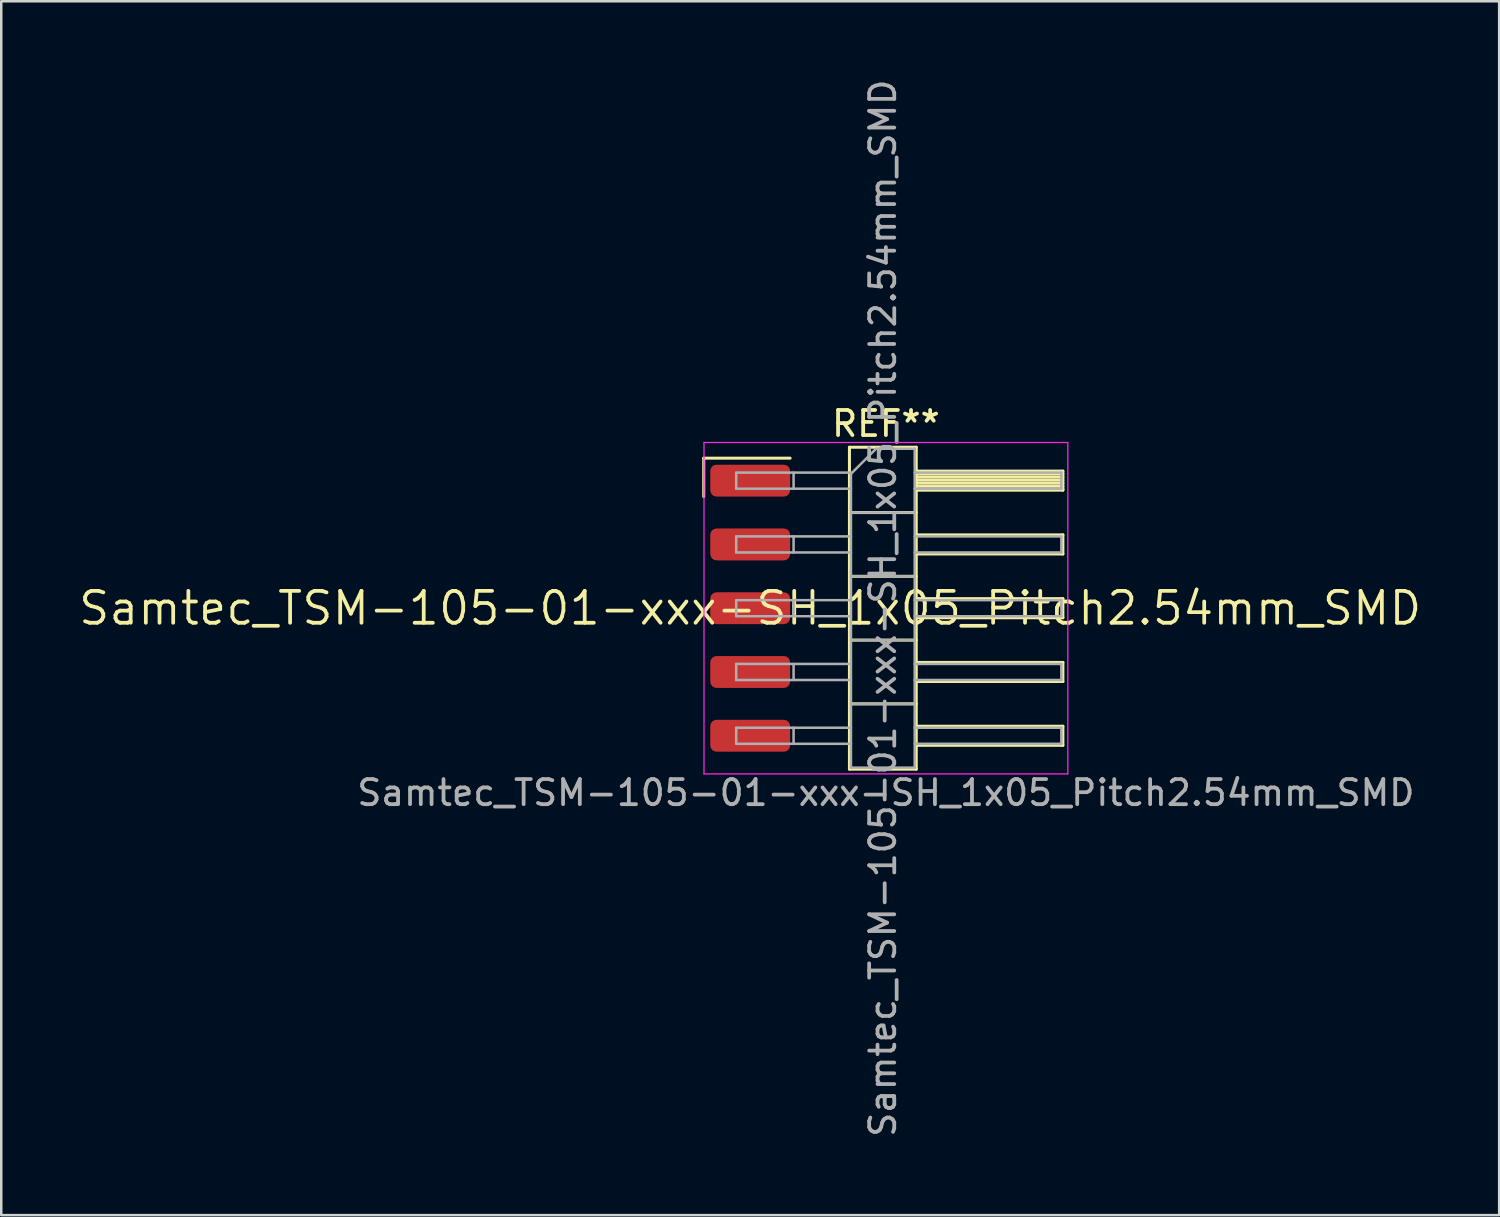
<source format=kicad_pcb>
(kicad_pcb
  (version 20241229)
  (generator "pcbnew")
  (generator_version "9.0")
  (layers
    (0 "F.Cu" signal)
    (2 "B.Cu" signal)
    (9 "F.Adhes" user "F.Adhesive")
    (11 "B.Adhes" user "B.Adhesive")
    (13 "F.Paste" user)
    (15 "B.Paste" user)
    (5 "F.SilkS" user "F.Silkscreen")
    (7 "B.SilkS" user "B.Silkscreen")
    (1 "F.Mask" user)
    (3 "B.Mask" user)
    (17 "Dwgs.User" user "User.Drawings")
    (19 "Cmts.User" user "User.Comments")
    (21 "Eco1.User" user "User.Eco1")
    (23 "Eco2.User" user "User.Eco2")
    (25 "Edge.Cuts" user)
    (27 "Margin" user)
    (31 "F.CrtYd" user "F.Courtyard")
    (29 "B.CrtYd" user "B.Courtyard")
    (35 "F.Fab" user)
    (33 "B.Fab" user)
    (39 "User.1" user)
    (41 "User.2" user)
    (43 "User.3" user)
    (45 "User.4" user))
  (footprint "Samtec_TSM-105-01-xxx-SH_1x05_Pitch2.54mm_SMD"
    (layer "F.Cu")
    (at 26.828 21.173)
    (property "Reference" "Samtec_TSM-105-01-xxx-SH_1x05_Pitch2.54mm_SMD" (at 0 0 0) (layer "F.SilkS") (effects (font (size 1.27 1.27) (thickness 0.15))))
    (attr smd)
    (fp_line (start -1.85 -5.975) (end 1.59 -5.975) (stroke (width 0.12) (type solid)) (layer "F.SilkS"))
    (fp_line (start -1.85 -4.445) (end -1.85 -5.975) (stroke (width 0.12) (type solid)) (layer "F.SilkS"))
    (fp_line (start 3.953 -6.41) (end 6.613 -6.41) (stroke (width 0.12) (type solid)) (layer "F.SilkS"))
    (fp_line (start 3.953 -3.81) (end 6.613 -3.81) (stroke (width 0.12) (type solid)) (layer "F.SilkS"))
    (fp_line (start 3.953 -1.27) (end 6.613 -1.27) (stroke (width 0.12) (type solid)) (layer "F.SilkS"))
    (fp_line (start 3.953 1.27) (end 6.613 1.27) (stroke (width 0.12) (type solid)) (layer "F.SilkS"))
    (fp_line (start 3.953 3.81) (end 6.613 3.81) (stroke (width 0.12) (type solid)) (layer "F.SilkS"))
    (fp_line (start 3.953 6.41) (end 3.953 -6.41) (stroke (width 0.12) (type solid)) (layer "F.SilkS"))
    (fp_line (start 6.613 -6.41) (end 6.613 6.41) (stroke (width 0.12) (type solid)) (layer "F.SilkS"))
    (fp_line (start 6.613 -5.46) (end 12.453 -5.46) (stroke (width 0.12) (type solid)) (layer "F.SilkS"))
    (fp_line (start 6.613 -5.34) (end 12.453 -5.34) (stroke (width 0.12) (type solid)) (layer "F.SilkS"))
    (fp_line (start 6.613 -5.22) (end 12.453 -5.22) (stroke (width 0.12) (type solid)) (layer "F.SilkS"))
    (fp_line (start 6.613 -5.1) (end 12.453 -5.1) (stroke (width 0.12) (type solid)) (layer "F.SilkS"))
    (fp_line (start 6.613 -4.98) (end 12.453 -4.98) (stroke (width 0.12) (type solid)) (layer "F.SilkS"))
    (fp_line (start 6.613 -4.86) (end 12.453 -4.86) (stroke (width 0.12) (type solid)) (layer "F.SilkS"))
    (fp_line (start 6.613 -4.74) (end 12.453 -4.74) (stroke (width 0.12) (type solid)) (layer "F.SilkS"))
    (fp_line (start 6.613 -4.7) (end 12.453 -4.7) (stroke (width 0.12) (type solid)) (layer "F.SilkS"))
    (fp_line (start 6.613 -2.92) (end 12.453 -2.92) (stroke (width 0.12) (type solid)) (layer "F.SilkS"))
    (fp_line (start 6.613 -2.16) (end 12.453 -2.16) (stroke (width 0.12) (type solid)) (layer "F.SilkS"))
    (fp_line (start 6.613 -0.38) (end 12.453 -0.38) (stroke (width 0.12) (type solid)) (layer "F.SilkS"))
    (fp_line (start 6.613 0.38) (end 12.453 0.38) (stroke (width 0.12) (type solid)) (layer "F.SilkS"))
    (fp_line (start 6.613 2.16) (end 12.453 2.16) (stroke (width 0.12) (type solid)) (layer "F.SilkS"))
    (fp_line (start 6.613 2.92) (end 12.453 2.92) (stroke (width 0.12) (type solid)) (layer "F.SilkS"))
    (fp_line (start 6.613 4.7) (end 12.453 4.7) (stroke (width 0.12) (type solid)) (layer "F.SilkS"))
    (fp_line (start 6.613 5.46) (end 12.453 5.46) (stroke (width 0.12) (type solid)) (layer "F.SilkS"))
    (fp_line (start 6.613 6.41) (end 3.953 6.41) (stroke (width 0.12) (type solid)) (layer "F.SilkS"))
    (fp_line (start 12.453 -5.46) (end 12.453 -4.7) (stroke (width 0.12) (type solid)) (layer "F.SilkS"))
    (fp_line (start 12.453 -2.92) (end 12.453 -2.16) (stroke (width 0.12) (type solid)) (layer "F.SilkS"))
    (fp_line (start 12.453 -0.38) (end 12.453 0.38) (stroke (width 0.12) (type solid)) (layer "F.SilkS"))
    (fp_line (start 12.453 2.16) (end 12.453 2.92) (stroke (width 0.12) (type solid)) (layer "F.SilkS"))
    (fp_line (start 12.453 4.7) (end 12.453 5.46) (stroke (width 0.12) (type solid)) (layer "F.SilkS"))
    (fp_line (start -1.84 -6.6) (end 12.65 -6.6) (stroke (width 0.05) (type solid)) (layer "F.CrtYd"))
    (fp_line (start -1.84 6.6) (end -1.84 -6.6) (stroke (width 0.05) (type solid)) (layer "F.CrtYd"))
    (fp_line (start 12.65 -6.6) (end 12.65 6.6) (stroke (width 0.05) (type solid)) (layer "F.CrtYd"))
    (fp_line (start 12.65 6.6) (end -1.84 6.6) (stroke (width 0.05) (type solid)) (layer "F.CrtYd"))
    (fp_line (start -0.557 -5.4) (end -0.557 -4.76) (stroke (width 0.1) (type solid)) (layer "F.Fab"))
    (fp_line (start -0.557 -5.4) (end 4.013 -5.4) (stroke (width 0.1) (type solid)) (layer "F.Fab"))
    (fp_line (start -0.557 -4.76) (end 4.013 -4.76) (stroke (width 0.1) (type solid)) (layer "F.Fab"))
    (fp_line (start -0.557 -2.86) (end -0.557 -2.22) (stroke (width 0.1) (type solid)) (layer "F.Fab"))
    (fp_line (start -0.557 -2.86) (end 4.013 -2.86) (stroke (width 0.1) (type solid)) (layer "F.Fab"))
    (fp_line (start -0.557 -2.22) (end 4.013 -2.22) (stroke (width 0.1) (type solid)) (layer "F.Fab"))
    (fp_line (start -0.557 -0.32) (end -0.557 0.32) (stroke (width 0.1) (type solid)) (layer "F.Fab"))
    (fp_line (start -0.557 -0.32) (end 4.013 -0.32) (stroke (width 0.1) (type solid)) (layer "F.Fab"))
    (fp_line (start -0.557 0.32) (end 4.013 0.32) (stroke (width 0.1) (type solid)) (layer "F.Fab"))
    (fp_line (start -0.557 2.22) (end -0.557 2.86) (stroke (width 0.1) (type solid)) (layer "F.Fab"))
    (fp_line (start -0.557 2.22) (end 4.013 2.22) (stroke (width 0.1) (type solid)) (layer "F.Fab"))
    (fp_line (start -0.557 2.86) (end 4.013 2.86) (stroke (width 0.1) (type solid)) (layer "F.Fab"))
    (fp_line (start -0.557 4.76) (end -0.557 5.4) (stroke (width 0.1) (type solid)) (layer "F.Fab"))
    (fp_line (start -0.557 4.76) (end 4.013 4.76) (stroke (width 0.1) (type solid)) (layer "F.Fab"))
    (fp_line (start -0.557 5.4) (end 4.013 5.4) (stroke (width 0.1) (type solid)) (layer "F.Fab"))
    (fp_line (start 1.728 -5.4) (end 1.728 -4.76) (stroke (width 0.1) (type solid)) (layer "F.Fab"))
    (fp_line (start 1.728 -2.86) (end 1.728 -2.22) (stroke (width 0.1) (type solid)) (layer "F.Fab"))
    (fp_line (start 1.728 -0.32) (end 1.728 0.32) (stroke (width 0.1) (type solid)) (layer "F.Fab"))
    (fp_line (start 1.728 2.22) (end 1.728 2.86) (stroke (width 0.1) (type solid)) (layer "F.Fab"))
    (fp_line (start 1.728 4.76) (end 1.728 5.4) (stroke (width 0.1) (type solid)) (layer "F.Fab"))
    (fp_line (start 4.013 -5.35) (end 5.013 -6.35) (stroke (width 0.1) (type solid)) (layer "F.Fab"))
    (fp_line (start 4.013 -3.81) (end 6.553 -3.81) (stroke (width 0.1) (type solid)) (layer "F.Fab"))
    (fp_line (start 4.013 -1.27) (end 6.553 -1.27) (stroke (width 0.1) (type solid)) (layer "F.Fab"))
    (fp_line (start 4.013 1.27) (end 6.553 1.27) (stroke (width 0.1) (type solid)) (layer "F.Fab"))
    (fp_line (start 4.013 3.81) (end 6.553 3.81) (stroke (width 0.1) (type solid)) (layer "F.Fab"))
    (fp_line (start 4.013 6.35) (end 4.013 -5.35) (stroke (width 0.1) (type solid)) (layer "F.Fab"))
    (fp_line (start 5.013 -6.35) (end 6.553 -6.35) (stroke (width 0.1) (type solid)) (layer "F.Fab"))
    (fp_line (start 6.553 -6.35) (end 6.553 6.35) (stroke (width 0.1) (type solid)) (layer "F.Fab"))
    (fp_line (start 6.553 -5.4) (end 12.393 -5.4) (stroke (width 0.1) (type solid)) (layer "F.Fab"))
    (fp_line (start 6.553 -4.76) (end 12.393 -4.76) (stroke (width 0.1) (type solid)) (layer "F.Fab"))
    (fp_line (start 6.553 -2.86) (end 12.393 -2.86) (stroke (width 0.1) (type solid)) (layer "F.Fab"))
    (fp_line (start 6.553 -2.22) (end 12.393 -2.22) (stroke (width 0.1) (type solid)) (layer "F.Fab"))
    (fp_line (start 6.553 -0.32) (end 12.393 -0.32) (stroke (width 0.1) (type solid)) (layer "F.Fab"))
    (fp_line (start 6.553 0.32) (end 12.393 0.32) (stroke (width 0.1) (type solid)) (layer "F.Fab"))
    (fp_line (start 6.553 2.22) (end 12.393 2.22) (stroke (width 0.1) (type solid)) (layer "F.Fab"))
    (fp_line (start 6.553 2.86) (end 12.393 2.86) (stroke (width 0.1) (type solid)) (layer "F.Fab"))
    (fp_line (start 6.553 4.76) (end 12.393 4.76) (stroke (width 0.1) (type solid)) (layer "F.Fab"))
    (fp_line (start 6.553 5.4) (end 12.393 5.4) (stroke (width 0.1) (type solid)) (layer "F.Fab"))
    (fp_line (start 6.553 6.35) (end 4.013 6.35) (stroke (width 0.1) (type solid)) (layer "F.Fab"))
    (fp_line (start 12.393 -5.4) (end 12.393 -4.76) (stroke (width 0.1) (type solid)) (layer "F.Fab"))
    (fp_line (start 12.393 -2.86) (end 12.393 -2.22) (stroke (width 0.1) (type solid)) (layer "F.Fab"))
    (fp_line (start 12.393 -0.32) (end 12.393 0.32) (stroke (width 0.1) (type solid)) (layer "F.Fab"))
    (fp_line (start 12.393 2.22) (end 12.393 2.86) (stroke (width 0.1) (type solid)) (layer "F.Fab"))
    (fp_line (start 12.393 4.76) (end 12.393 5.4) (stroke (width 0.1) (type solid)) (layer "F.Fab"))
    (fp_text user "REF**" (at 5.405 -7.35 0) (layer "F.SilkS") (effects (font (size 1 1) (thickness 0.15))))
    (fp_text user "${REFERENCE}" (at 5.283 0 90) (layer "F.Fab") (effects (font (size 1 1) (thickness 0.15))))
    (fp_text user "Samtec_TSM-105-01-xxx-SH_1x05_Pitch2.54mm_SMD" (at 5.405 7.35 0) (layer "F.Fab") (effects (font (size 1 1) (thickness 0.15))))
    (pad "1" smd roundrect (at 0 -5.08) (size 3.18 1.27) (layers "F.Cu" "F.Mask" "F.Paste") (roundrect_rratio 0.197))
    (pad "2" smd roundrect (at 0 -2.54) (size 3.18 1.27) (layers "F.Cu" "F.Mask" "F.Paste") (roundrect_rratio 0.197))
    (pad "3" smd roundrect (at 0 0) (size 3.18 1.27) (layers "F.Cu" "F.Mask" "F.Paste") (roundrect_rratio 0.197))
    (pad "4" smd roundrect (at 0 2.54) (size 3.18 1.27) (layers "F.Cu" "F.Mask" "F.Paste") (roundrect_rratio 0.197))
    (pad "5" smd roundrect (at 0 5.08) (size 3.18 1.27) (layers "F.Cu" "F.Mask" "F.Paste") (roundrect_rratio 0.197)))
  (gr_rect
    (start -3 -3)
    (end 56.657 45.345)
    (stroke (width 0.1) (type default))
    (fill no)
    (layer "Edge.Cuts")))
</source>
